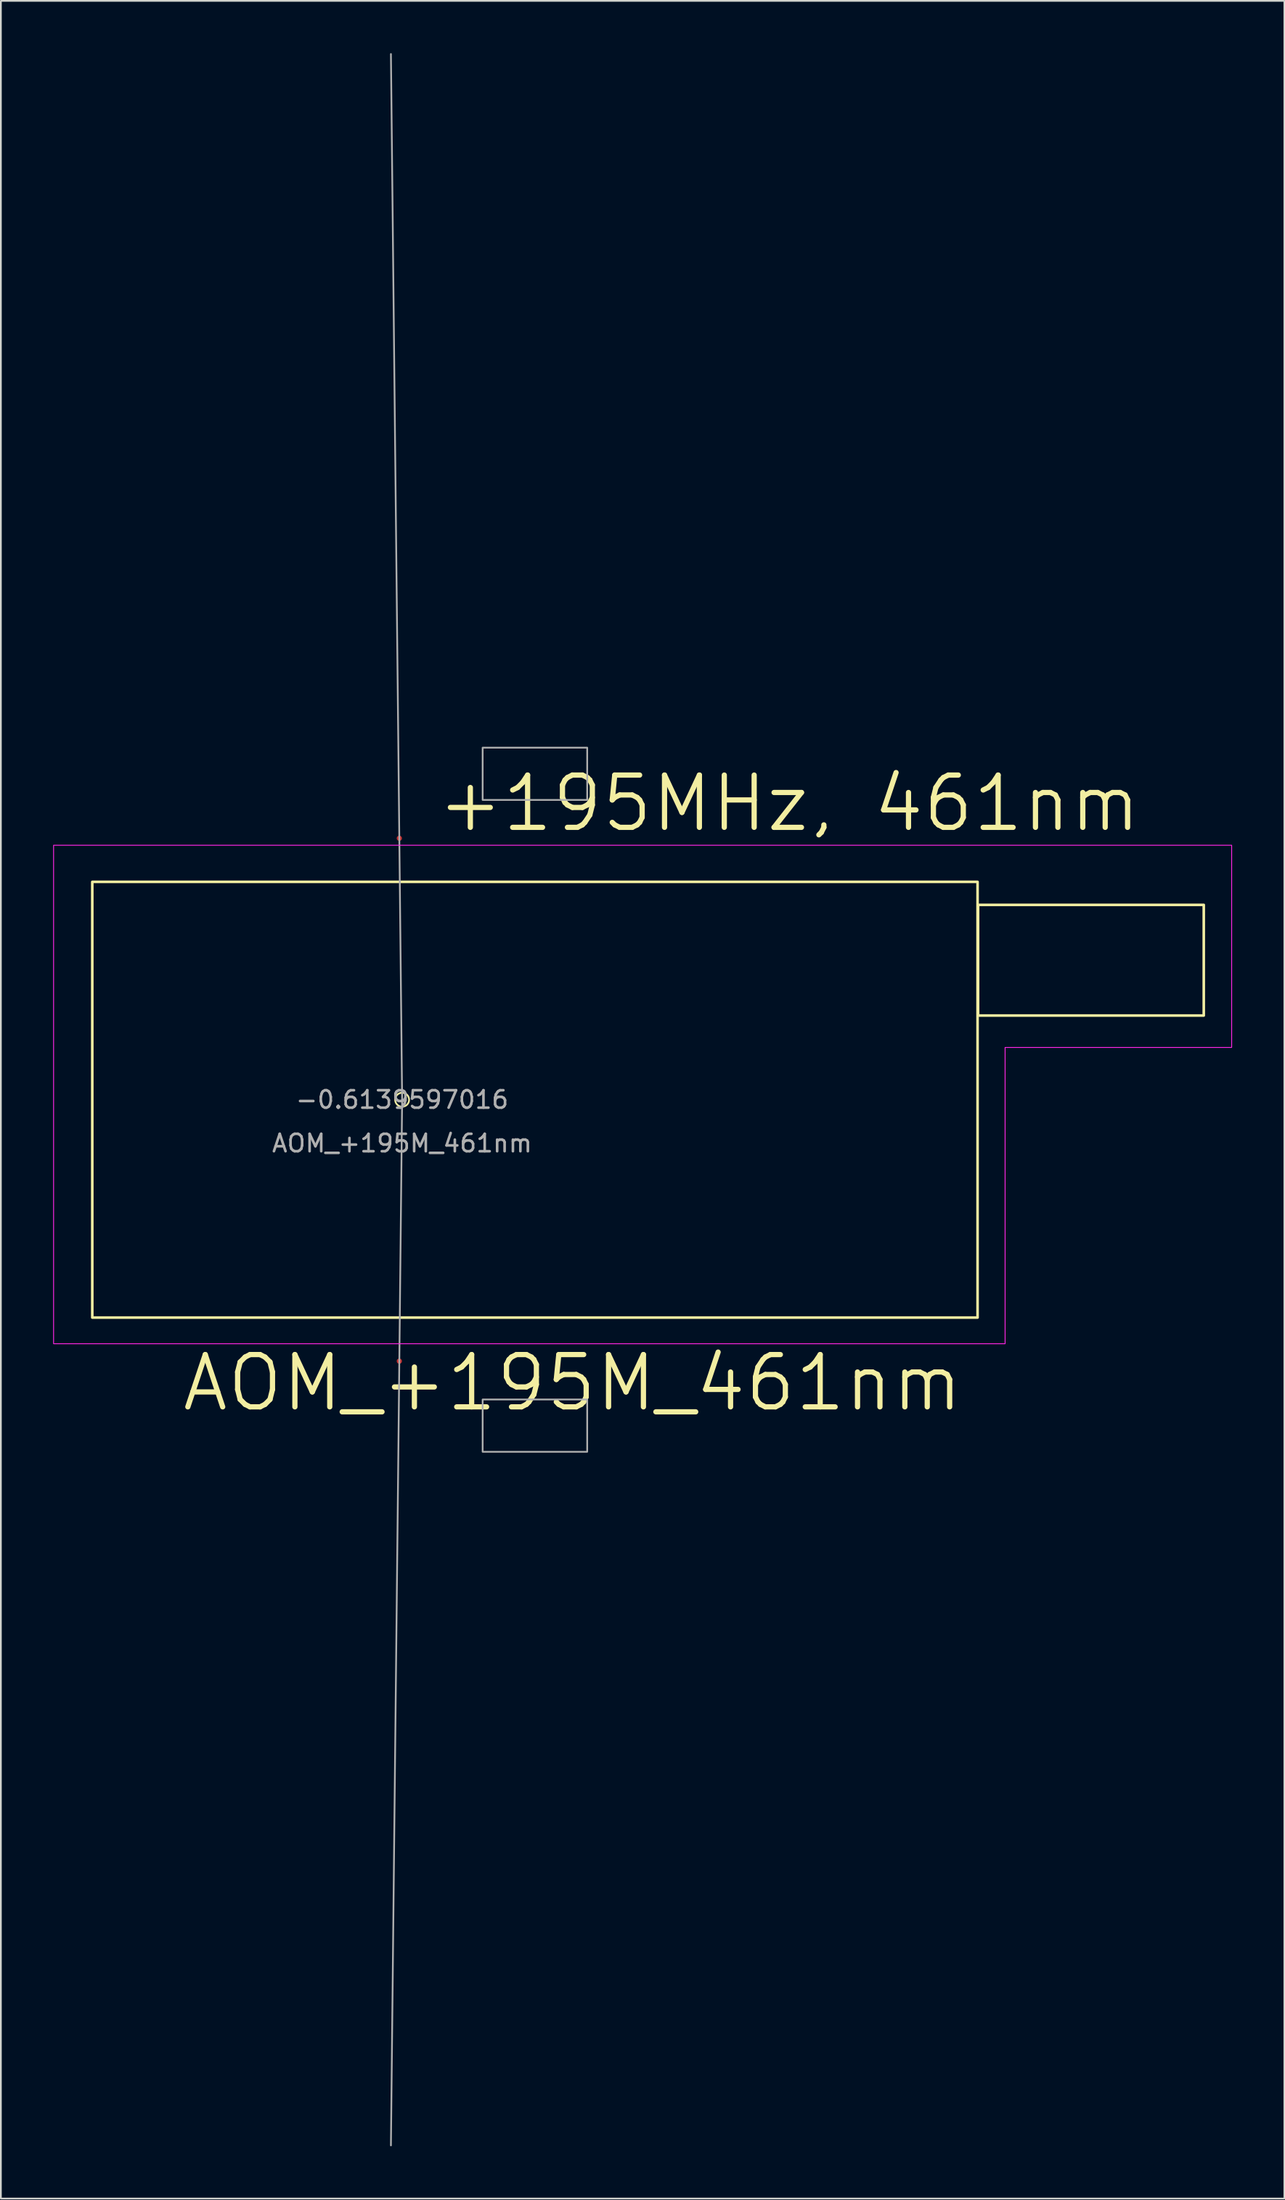
<source format=kicad_pcb>
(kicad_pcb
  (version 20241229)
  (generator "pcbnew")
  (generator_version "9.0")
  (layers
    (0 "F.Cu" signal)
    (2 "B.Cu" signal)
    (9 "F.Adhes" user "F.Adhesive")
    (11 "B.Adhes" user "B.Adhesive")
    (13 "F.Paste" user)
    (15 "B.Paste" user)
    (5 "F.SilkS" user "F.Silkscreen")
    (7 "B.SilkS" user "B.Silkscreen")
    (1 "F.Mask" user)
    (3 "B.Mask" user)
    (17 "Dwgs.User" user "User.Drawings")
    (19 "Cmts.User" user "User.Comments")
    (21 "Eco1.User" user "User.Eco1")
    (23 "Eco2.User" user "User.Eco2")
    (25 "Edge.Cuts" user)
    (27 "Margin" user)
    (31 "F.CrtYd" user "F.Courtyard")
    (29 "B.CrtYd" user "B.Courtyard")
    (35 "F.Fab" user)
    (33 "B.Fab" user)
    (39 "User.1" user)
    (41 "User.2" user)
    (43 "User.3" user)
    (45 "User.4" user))
  (footprint "AOM_+195M_461nm"
    (layer "F.Cu")
    (at 20.025 60.047)
    (property "Reference" "AOM_+195M_461nm" (at 9.775 16.25 0) (unlocked yes) (layer "F.SilkS") (effects (font (size 3 3) (thickness 0.3))))
    (property "Frequency" "+195MHz, 461nm" (at 22.2 -17 0) (layer "F.SilkS") (effects (font (size 3 3) (thickness 0.3))))
    (property "Angle" "-0.6139597016" (at 0 0 0) (layer "F.Fab") (effects (font (size 1 1) (thickness 0.15))))
    (attr smd)
    (fp_circle (center 0 0) (end 0.4 0) (stroke (width 0.1) (type default)) (fill no) (layer "F.SilkS"))
    (fp_poly (pts (xy -17.78 -12.5) (xy 33.02 -12.5) (xy 33.02 12.5) (xy -17.78 12.5)) (stroke (width 0.15) (type default)) (fill no) (layer "F.SilkS"))
    (fp_poly (pts (xy 33.05 -11.18) (xy 46 -11.18) (xy 46 -4.83) (xy 33.05 -4.83)) (stroke (width 0.15) (type default)) (fill no) (layer "F.SilkS"))
    (fp_poly (pts (xy -20 -14.6) (xy -20 14) (xy 34.6 14) (xy 34.6 -3) (xy 47.6 -3) (xy 47.6 -14.6)) (stroke (width 0.05) (type solid)) (fill no) (layer "F.CrtYd"))
    (fp_line (start 0 0) (end -0.643 -59.997) (stroke (width 0.1) (type default)) (layer "F.Fab"))
    (fp_line (start 0 0) (end -0.643 59.997) (stroke (width 0.1) (type default)) (layer "F.Fab"))
    (fp_poly (pts (xy 4.62 -20.2) (xy 10.62 -20.2) (xy 10.62 -17.2) (xy 4.62 -17.2)) (stroke (width 0.1) (type solid)) (fill no) (layer "F.Fab"))
    (fp_poly (pts (xy 4.62 17.2) (xy 10.62 17.2) (xy 10.62 20.2) (xy 4.62 20.2)) (stroke (width 0.1) (type solid)) (fill no) (layer "F.Fab"))
    (fp_text user "${REFERENCE}" (at 0 2.5 0) (unlocked yes) (layer "F.Fab") (effects (font (size 1 1) (thickness 0.15))))
    (pad "1" smd circle (at -0.161 -15) (size 0.3 0.3) (layers "F.Cu" "F.Mask" "F.Paste"))
    (pad "2" smd circle (at -0.161 15) (size 0.3 0.3) (layers "F.Cu" "F.Mask" "F.Paste")))
  (gr_rect
    (start -3 -3)
    (end 70.65 123.093)
    (stroke (width 0.1) (type default))
    (fill no)
    (layer "Edge.Cuts")))
</source>
